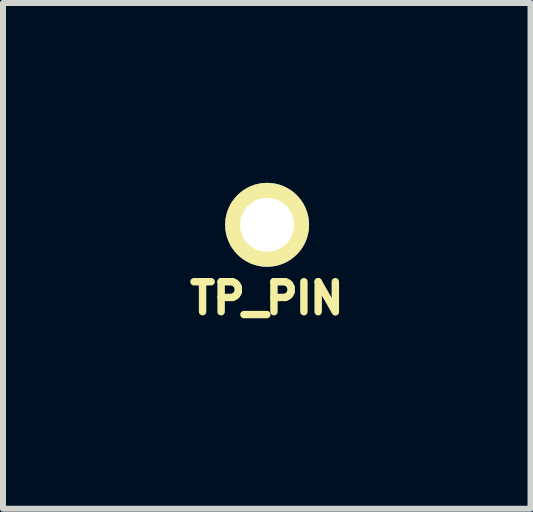
<source format=kicad_pcb>
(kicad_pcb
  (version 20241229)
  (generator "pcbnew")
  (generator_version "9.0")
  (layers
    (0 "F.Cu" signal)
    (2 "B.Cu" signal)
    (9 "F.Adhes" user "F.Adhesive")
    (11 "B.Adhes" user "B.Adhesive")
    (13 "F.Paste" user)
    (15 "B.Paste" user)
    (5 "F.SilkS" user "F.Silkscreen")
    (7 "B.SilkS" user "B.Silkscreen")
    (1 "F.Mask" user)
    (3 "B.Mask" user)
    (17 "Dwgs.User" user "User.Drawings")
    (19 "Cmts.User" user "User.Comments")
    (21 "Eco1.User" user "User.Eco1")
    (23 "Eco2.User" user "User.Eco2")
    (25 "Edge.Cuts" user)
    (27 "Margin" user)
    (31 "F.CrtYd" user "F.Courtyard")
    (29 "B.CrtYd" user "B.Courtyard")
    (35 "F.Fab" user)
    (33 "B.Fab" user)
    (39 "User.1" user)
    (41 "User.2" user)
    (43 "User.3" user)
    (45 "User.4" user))
  (footprint "TP_PIN"
    (layer "F.Cu")
    (at 1.405 0.7)
    (property "Reference" "TP_PIN" (at -0.005 1.224 0) (layer "F.SilkS") (effects (font (size 0.5 0.5) (thickness 0.124))))
    (attr through_hole)
    (pad "1" thru_hole circle (at 0 0) (size 1.4 1.4) (drill 0.899) (layers "*.Cu" "*.Mask" "F.SilkS")))
  (gr_rect
    (start -3 -3)
    (end 5.799 5.435)
    (stroke (width 0.1) (type default))
    (fill no)
    (layer "Edge.Cuts")))
</source>
